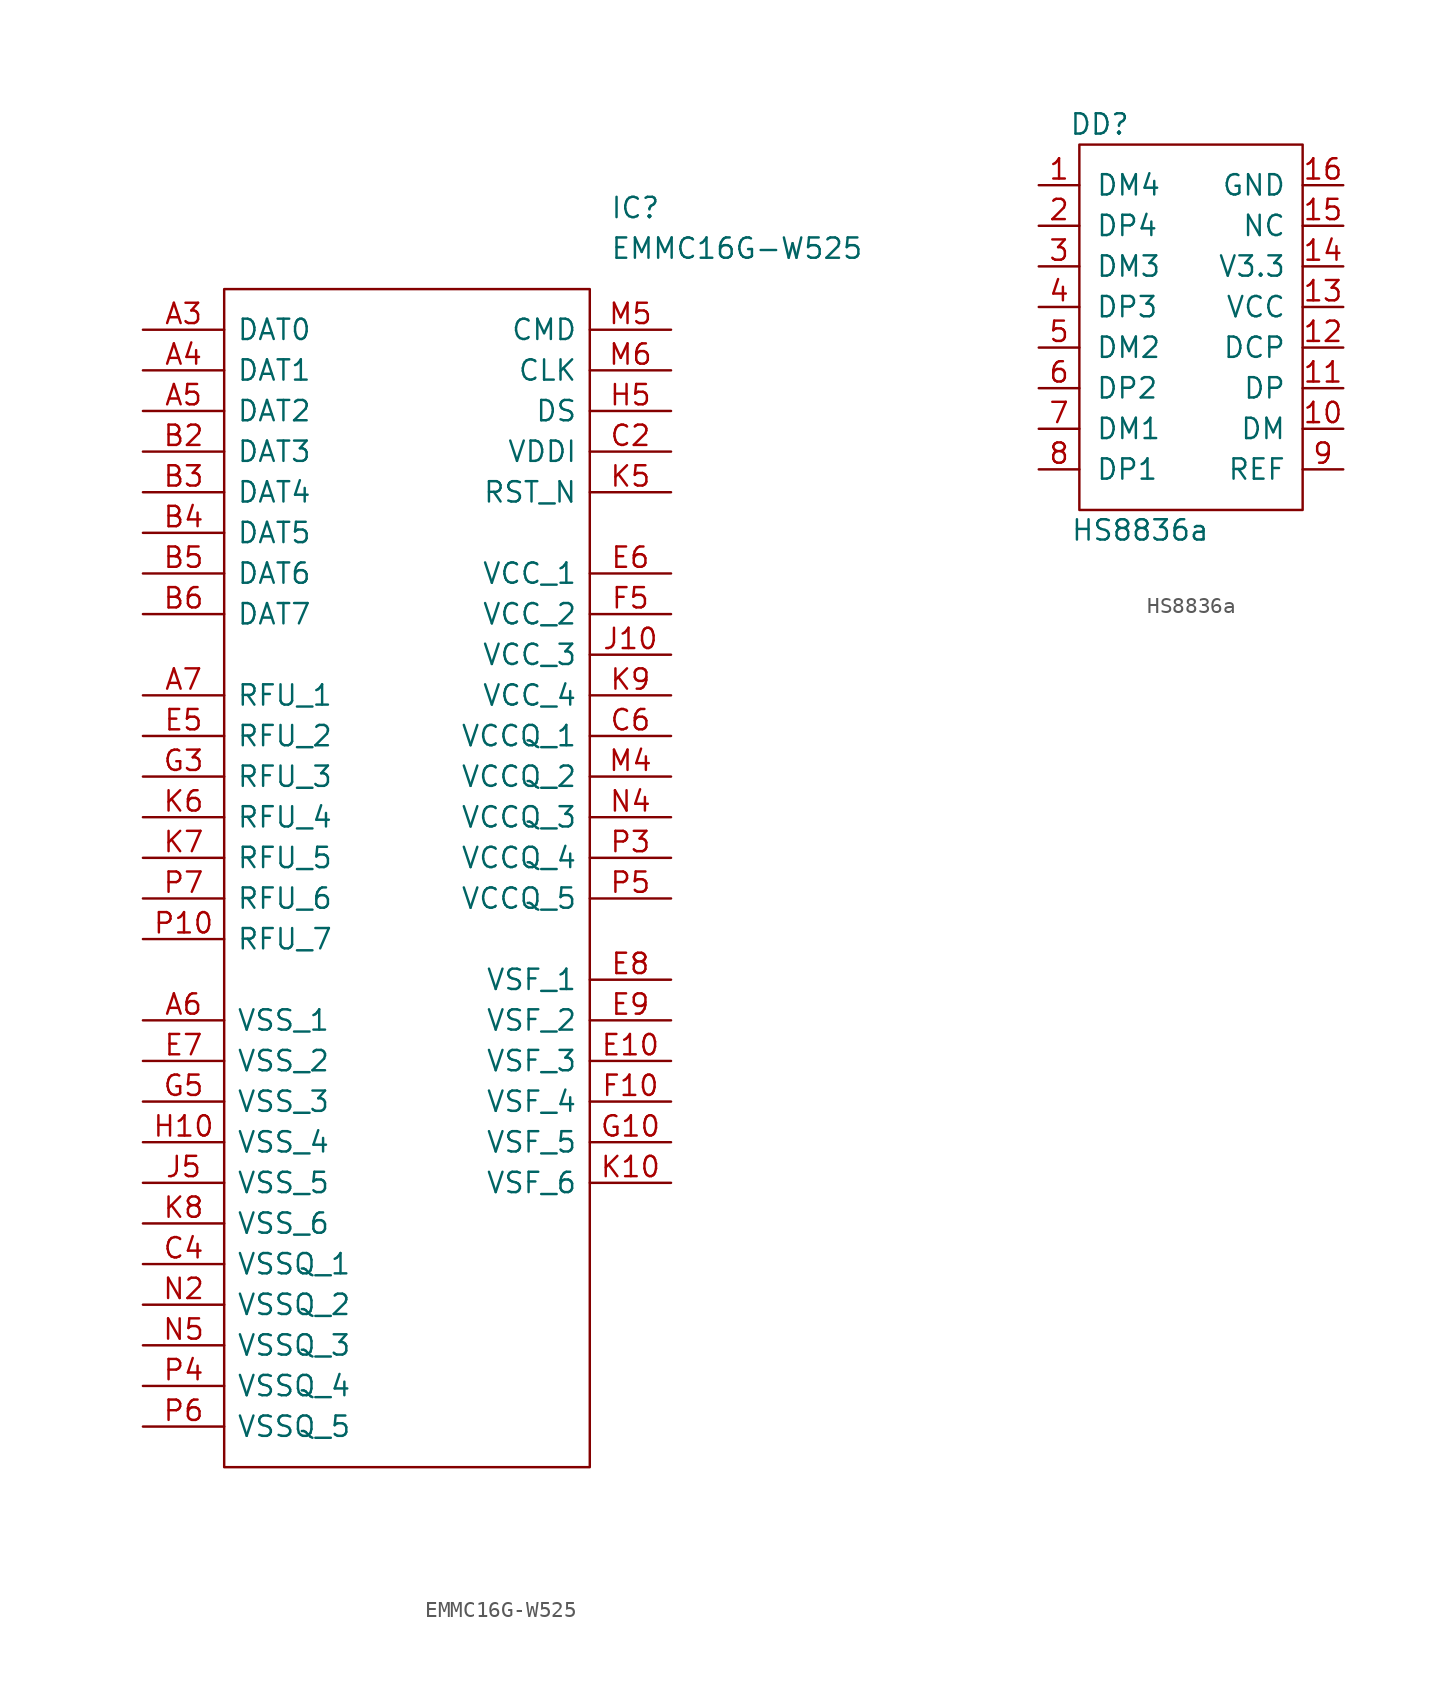
<source format=kicad_sym>
(kicad_symbol_lib
  (version 20211014)
  (generator kicad_symbol_editor)
  (symbol "EMMC16G-W525"
    (pin_names
      (offset 0.762))
    (property "Reference" "IC"
      (at 29.21 7.62 0)
      (effects (font (size 1.27 1.27)) (justify left)))
    (property "Value" "EMMC16G-W525"
      (at 29.21 5.08 0)
      (effects (font (size 1.27 1.27)) (justify left)))
    (symbol "EMMC16G-W525_0_0"
      (pin passive line (at 0 0 0) (length 5.08) (name "DAT0" (effects (font (size 1.27 1.27)))) (number "A3" (effects (font (size 1.27 1.27)))))
      (pin passive line (at 0 -2.54 0) (length 5.08) (name "DAT1" (effects (font (size 1.27 1.27)))) (number "A4" (effects (font (size 1.27 1.27)))))
      (pin passive line (at 0 -5.08 0) (length 5.08) (name "DAT2" (effects (font (size 1.27 1.27)))) (number "A5" (effects (font (size 1.27 1.27)))))
      (pin passive line (at 0 -43.18 0) (length 5.08) (name "VSS_1" (effects (font (size 1.27 1.27)))) (number "A6" (effects (font (size 1.27 1.27)))))
      (pin passive line (at 0 -22.86 0) (length 5.08) (name "RFU_1" (effects (font (size 1.27 1.27)))) (number "A7" (effects (font (size 1.27 1.27)))))
      (pin passive line (at 0 -7.62 0) (length 5.08) (name "DAT3" (effects (font (size 1.27 1.27)))) (number "B2" (effects (font (size 1.27 1.27)))))
      (pin passive line (at 0 -10.16 0) (length 5.08) (name "DAT4" (effects (font (size 1.27 1.27)))) (number "B3" (effects (font (size 1.27 1.27)))))
      (pin passive line (at 0 -12.7 0) (length 5.08) (name "DAT5" (effects (font (size 1.27 1.27)))) (number "B4" (effects (font (size 1.27 1.27)))))
      (pin passive line (at 0 -15.24 0) (length 5.08) (name "DAT6" (effects (font (size 1.27 1.27)))) (number "B5" (effects (font (size 1.27 1.27)))))
      (pin passive line (at 0 -17.78 0) (length 5.08) (name "DAT7" (effects (font (size 1.27 1.27)))) (number "B6" (effects (font (size 1.27 1.27)))))
      (pin passive line (at 33.02 -7.62 180) (length 5.08) (name "VDDI" (effects (font (size 1.27 1.27)))) (number "C2" (effects (font (size 1.27 1.27)))))
      (pin passive line (at 0 -58.42 0) (length 5.08) (name "VSSQ_1" (effects (font (size 1.27 1.27)))) (number "C4" (effects (font (size 1.27 1.27)))))
      (pin passive line (at 33.02 -25.4 180) (length 5.08) (name "VCCQ_1" (effects (font (size 1.27 1.27)))) (number "C6" (effects (font (size 1.27 1.27)))))
      (pin passive line (at 33.02 -45.72 180) (length 5.08) (name "VSF_3" (effects (font (size 1.27 1.27)))) (number "E10" (effects (font (size 1.27 1.27)))))
      (pin passive line (at 0 -25.4 0) (length 5.08) (name "RFU_2" (effects (font (size 1.27 1.27)))) (number "E5" (effects (font (size 1.27 1.27)))))
      (pin passive line (at 33.02 -15.24 180) (length 5.08) (name "VCC_1" (effects (font (size 1.27 1.27)))) (number "E6" (effects (font (size 1.27 1.27)))))
      (pin passive line (at 0 -45.72 0) (length 5.08) (name "VSS_2" (effects (font (size 1.27 1.27)))) (number "E7" (effects (font (size 1.27 1.27)))))
      (pin passive line (at 33.02 -40.64 180) (length 5.08) (name "VSF_1" (effects (font (size 1.27 1.27)))) (number "E8" (effects (font (size 1.27 1.27)))))
      (pin passive line (at 33.02 -43.18 180) (length 5.08) (name "VSF_2" (effects (font (size 1.27 1.27)))) (number "E9" (effects (font (size 1.27 1.27)))))
      (pin passive line (at 33.02 -48.26 180) (length 5.08) (name "VSF_4" (effects (font (size 1.27 1.27)))) (number "F10" (effects (font (size 1.27 1.27)))))
      (pin passive line (at 33.02 -17.78 180) (length 5.08) (name "VCC_2" (effects (font (size 1.27 1.27)))) (number "F5" (effects (font (size 1.27 1.27)))))
      (pin passive line (at 33.02 -50.8 180) (length 5.08) (name "VSF_5" (effects (font (size 1.27 1.27)))) (number "G10" (effects (font (size 1.27 1.27)))))
      (pin passive line (at 0 -27.94 0) (length 5.08) (name "RFU_3" (effects (font (size 1.27 1.27)))) (number "G3" (effects (font (size 1.27 1.27)))))
      (pin passive line (at 0 -48.26 0) (length 5.08) (name "VSS_3" (effects (font (size 1.27 1.27)))) (number "G5" (effects (font (size 1.27 1.27)))))
      (pin passive line (at 0 -50.8 0) (length 5.08) (name "VSS_4" (effects (font (size 1.27 1.27)))) (number "H10" (effects (font (size 1.27 1.27)))))
      (pin passive line (at 33.02 -5.08 180) (length 5.08) (name "DS" (effects (font (size 1.27 1.27)))) (number "H5" (effects (font (size 1.27 1.27)))))
      (pin passive line (at 33.02 -20.32 180) (length 5.08) (name "VCC_3" (effects (font (size 1.27 1.27)))) (number "J10" (effects (font (size 1.27 1.27)))))
      (pin passive line (at 0 -53.34 0) (length 5.08) (name "VSS_5" (effects (font (size 1.27 1.27)))) (number "J5" (effects (font (size 1.27 1.27)))))
      (pin passive line (at 33.02 -53.34 180) (length 5.08) (name "VSF_6" (effects (font (size 1.27 1.27)))) (number "K10" (effects (font (size 1.27 1.27)))))
      (pin passive line (at 33.02 -10.16 180) (length 5.08) (name "RST_N" (effects (font (size 1.27 1.27)))) (number "K5" (effects (font (size 1.27 1.27)))))
      (pin passive line (at 0 -30.48 0) (length 5.08) (name "RFU_4" (effects (font (size 1.27 1.27)))) (number "K6" (effects (font (size 1.27 1.27)))))
      (pin passive line (at 0 -33.02 0) (length 5.08) (name "RFU_5" (effects (font (size 1.27 1.27)))) (number "K7" (effects (font (size 1.27 1.27)))))
      (pin passive line (at 0 -55.88 0) (length 5.08) (name "VSS_6" (effects (font (size 1.27 1.27)))) (number "K8" (effects (font (size 1.27 1.27)))))
      (pin passive line (at 33.02 -22.86 180) (length 5.08) (name "VCC_4" (effects (font (size 1.27 1.27)))) (number "K9" (effects (font (size 1.27 1.27)))))
      (pin passive line (at 33.02 -27.94 180) (length 5.08) (name "VCCQ_2" (effects (font (size 1.27 1.27)))) (number "M4" (effects (font (size 1.27 1.27)))))
      (pin passive line (at 33.02 0 180) (length 5.08) (name "CMD" (effects (font (size 1.27 1.27)))) (number "M5" (effects (font (size 1.27 1.27)))))
      (pin passive line (at 33.02 -2.54 180) (length 5.08) (name "CLK" (effects (font (size 1.27 1.27)))) (number "M6" (effects (font (size 1.27 1.27)))))
      (pin passive line (at 0 -60.96 0) (length 5.08) (name "VSSQ_2" (effects (font (size 1.27 1.27)))) (number "N2" (effects (font (size 1.27 1.27)))))
      (pin passive line (at 33.02 -30.48 180) (length 5.08) (name "VCCQ_3" (effects (font (size 1.27 1.27)))) (number "N4" (effects (font (size 1.27 1.27)))))
      (pin passive line (at 0 -63.5 0) (length 5.08) (name "VSSQ_3" (effects (font (size 1.27 1.27)))) (number "N5" (effects (font (size 1.27 1.27)))))
      (pin passive line (at 0 -38.1 0) (length 5.08) (name "RFU_7" (effects (font (size 1.27 1.27)))) (number "P10" (effects (font (size 1.27 1.27)))))
      (pin passive line (at 33.02 -33.02 180) (length 5.08) (name "VCCQ_4" (effects (font (size 1.27 1.27)))) (number "P3" (effects (font (size 1.27 1.27)))))
      (pin passive line (at 0 -66.04 0) (length 5.08) (name "VSSQ_4" (effects (font (size 1.27 1.27)))) (number "P4" (effects (font (size 1.27 1.27)))))
      (pin passive line (at 33.02 -35.56 180) (length 5.08) (name "VCCQ_5" (effects (font (size 1.27 1.27)))) (number "P5" (effects (font (size 1.27 1.27)))))
      (pin passive line (at 0 -68.58 0) (length 5.08) (name "VSSQ_5" (effects (font (size 1.27 1.27)))) (number "P6" (effects (font (size 1.27 1.27)))))
      (pin passive line (at 0 -35.56 0) (length 5.08) (name "RFU_6" (effects (font (size 1.27 1.27)))) (number "P7" (effects (font (size 1.27 1.27))))))
    (symbol "EMMC16G-W525_0_1"
      (rectangle (start 5.08 2.54) (end 27.94 -71.12) (stroke (width 0) (type default) (color 0 0 0 0)) (fill (type none)))))
  (symbol "HS8836a"
    (pin_names
      (offset 1.016))
    (property "Reference" "DD"
      (at 1.27 24.13 0)
      (effects (font (size 1.27 1.27))))
    (property "Value" "HS8836a"
      (at 3.81 -1.27 0)
      (effects (font (size 1.27 1.27))))
    (symbol "HS8836a_0_1"
      (rectangle (start 0 0) (end 13.97 22.86) (stroke (width 0) (type default) (color 0 0 0 0)) (fill (type none))))
    (symbol "HS8836a_1_1"
      (pin input line (at -2.54 20.32 0) (length 2.54) (name "DM4" (effects (font (size 1.27 1.27)))) (number "1" (effects (font (size 1.27 1.27)))))
      (pin input line (at 16.51 5.08 180) (length 2.54) (name "DM" (effects (font (size 1.27 1.27)))) (number "10" (effects (font (size 1.27 1.27)))))
      (pin input line (at 16.51 7.62 180) (length 2.54) (name "DP" (effects (font (size 1.27 1.27)))) (number "11" (effects (font (size 1.27 1.27)))))
      (pin input line (at 16.51 10.16 180) (length 2.54) (name "DCP" (effects (font (size 1.27 1.27)))) (number "12" (effects (font (size 1.27 1.27)))))
      (pin input line (at 16.51 12.7 180) (length 2.54) (name "VCC" (effects (font (size 1.27 1.27)))) (number "13" (effects (font (size 1.27 1.27)))))
      (pin input line (at 16.51 15.24 180) (length 2.54) (name "V3.3" (effects (font (size 1.27 1.27)))) (number "14" (effects (font (size 1.27 1.27)))))
      (pin input line (at 16.51 17.78 180) (length 2.54) (name "NC" (effects (font (size 1.27 1.27)))) (number "15" (effects (font (size 1.27 1.27)))))
      (pin input line (at 16.51 20.32 180) (length 2.54) (name "GND" (effects (font (size 1.27 1.27)))) (number "16" (effects (font (size 1.27 1.27)))))
      (pin input line (at -2.54 17.78 0) (length 2.54) (name "DP4" (effects (font (size 1.27 1.27)))) (number "2" (effects (font (size 1.27 1.27)))))
      (pin input line (at -2.54 15.24 0) (length 2.54) (name "DM3" (effects (font (size 1.27 1.27)))) (number "3" (effects (font (size 1.27 1.27)))))
      (pin input line (at -2.54 12.7 0) (length 2.54) (name "DP3" (effects (font (size 1.27 1.27)))) (number "4" (effects (font (size 1.27 1.27)))))
      (pin input line (at -2.54 10.16 0) (length 2.54) (name "DM2" (effects (font (size 1.27 1.27)))) (number "5" (effects (font (size 1.27 1.27)))))
      (pin input line (at -2.54 7.62 0) (length 2.54) (name "DP2" (effects (font (size 1.27 1.27)))) (number "6" (effects (font (size 1.27 1.27)))))
      (pin input line (at -2.54 5.08 0) (length 2.54) (name "DM1" (effects (font (size 1.27 1.27)))) (number "7" (effects (font (size 1.27 1.27)))))
      (pin input line (at -2.54 2.54 0) (length 2.54) (name "DP1" (effects (font (size 1.27 1.27)))) (number "8" (effects (font (size 1.27 1.27)))))
      (pin input line (at 16.51 2.54 180) (length 2.54) (name "REF" (effects (font (size 1.27 1.27)))) (number "9" (effects (font (size 1.27 1.27))))))))
</source>
